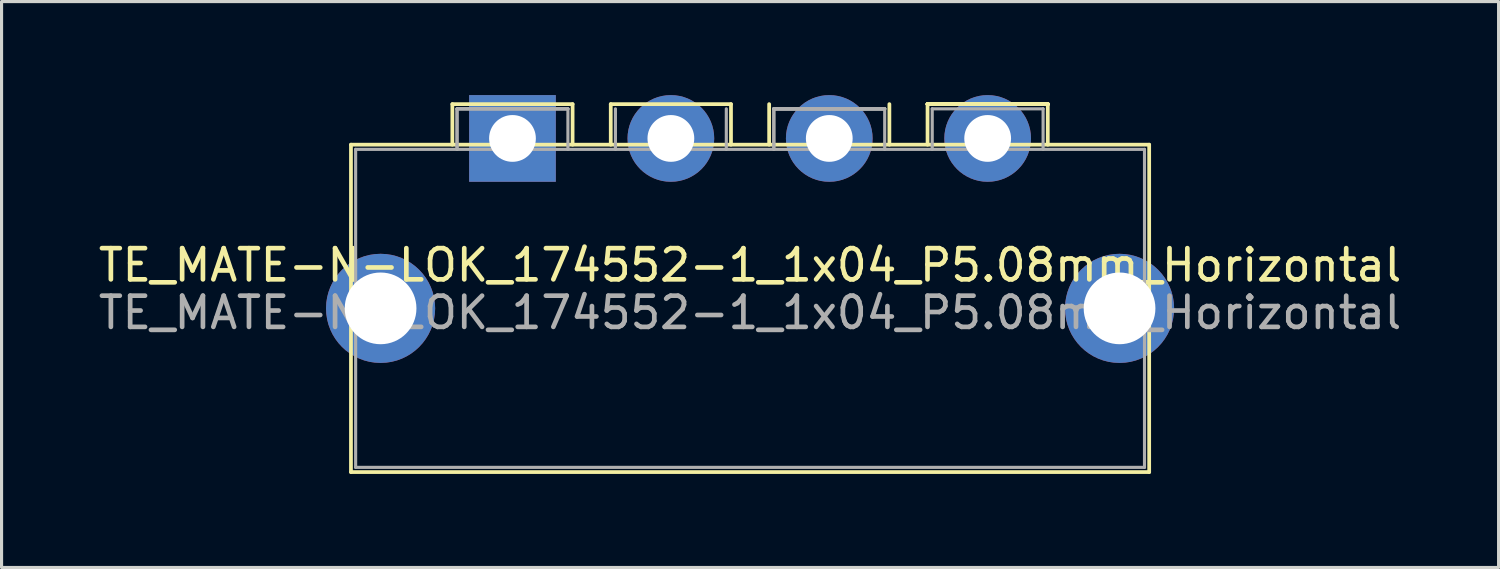
<source format=kicad_pcb>
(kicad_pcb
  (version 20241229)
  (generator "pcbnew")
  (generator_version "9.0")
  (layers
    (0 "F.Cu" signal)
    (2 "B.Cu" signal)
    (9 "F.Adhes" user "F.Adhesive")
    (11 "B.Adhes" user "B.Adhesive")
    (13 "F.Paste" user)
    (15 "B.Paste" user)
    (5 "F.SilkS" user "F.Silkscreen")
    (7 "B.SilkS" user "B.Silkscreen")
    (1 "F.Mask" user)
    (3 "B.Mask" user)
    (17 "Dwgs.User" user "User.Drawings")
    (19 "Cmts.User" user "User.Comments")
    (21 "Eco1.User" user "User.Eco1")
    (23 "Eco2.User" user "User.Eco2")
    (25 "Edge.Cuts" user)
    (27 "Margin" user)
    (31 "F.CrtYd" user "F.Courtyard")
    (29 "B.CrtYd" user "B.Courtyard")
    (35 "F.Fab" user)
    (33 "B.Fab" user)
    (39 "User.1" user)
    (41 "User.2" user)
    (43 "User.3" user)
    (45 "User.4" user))
  (footprint "TE_MATE-N-LOK_174552-1_1x04_P5.08mm_Horizontal"
    (layer "F.Cu")
    (at 13.386 1.39)
    (property "Reference" "TE_MATE-N-LOK_174552-1_1x04_P5.08mm_Horizontal" (at 7.62 4.064 0) (layer "F.SilkS") (effects (font (size 1 1) (thickness 0.15))))
    (attr through_hole)
    (fp_line (start -5.18 0.2) (end -5.18 10.7) (stroke (width 0.12) (type solid)) (layer "F.SilkS"))
    (fp_line (start -5.18 0.2) (end 20.42 0.2) (stroke (width 0.12) (type solid)) (layer "F.SilkS"))
    (fp_line (start -1.928 -1.1) (end 1.928 -1.1) (stroke (width 0.12) (type solid)) (layer "F.SilkS"))
    (fp_line (start -1.928 0.2) (end -1.928 -1.1) (stroke (width 0.12) (type solid)) (layer "F.SilkS"))
    (fp_line (start 1.928 -1.1) (end 1.928 0.2) (stroke (width 0.12) (type solid)) (layer "F.SilkS"))
    (fp_line (start 3.152 -1.1) (end 3.152 0.2) (stroke (width 0.12) (type solid)) (layer "F.SilkS"))
    (fp_line (start 3.152 -1.1) (end 7.008 -1.1) (stroke (width 0.12) (type solid)) (layer "F.SilkS"))
    (fp_line (start 7.008 -1.1) (end 7.008 0.2) (stroke (width 0.12) (type solid)) (layer "F.SilkS"))
    (fp_line (start 8.232 -1.1) (end 8.232 0.2) (stroke (width 0.12) (type solid)) (layer "F.SilkS"))
    (fp_line (start 12.088 -1.1) (end 12.088 0.2) (stroke (width 0.12) (type solid)) (layer "F.SilkS"))
    (fp_line (start 13.312 -1.1) (end 13.312 0.2) (stroke (width 0.12) (type solid)) (layer "F.SilkS"))
    (fp_line (start 13.312 -1.1) (end 17.168 -1.1) (stroke (width 0.12) (type solid)) (layer "F.SilkS"))
    (fp_line (start 13.312 -1.1) (end 17.168 -1.1) (stroke (width 0.12) (type solid)) (layer "F.SilkS"))
    (fp_line (start 13.312 -1.1) (end 17.168 -1.1) (stroke (width 0.12) (type solid)) (layer "F.SilkS"))
    (fp_line (start 13.312 -1.1) (end 17.168 -1.1) (stroke (width 0.12) (type solid)) (layer "F.SilkS"))
    (fp_line (start 13.312 -1.1) (end 17.168 -1.1) (stroke (width 0.12) (type solid)) (layer "F.SilkS"))
    (fp_line (start 13.312 -1.1) (end 17.168 -1.1) (stroke (width 0.12) (type solid)) (layer "F.SilkS"))
    (fp_line (start 13.312 -1.1) (end 17.168 -1.1) (stroke (width 0.12) (type solid)) (layer "F.SilkS"))
    (fp_line (start 17.168 -1.1) (end 17.168 0.2) (stroke (width 0.12) (type solid)) (layer "F.SilkS"))
    (fp_line (start 20.42 0.2) (end 20.42 10.7) (stroke (width 0.12) (type solid)) (layer "F.SilkS"))
    (fp_line (start 20.42 10.7) (end -5.18 10.7) (stroke (width 0.12) (type solid)) (layer "F.SilkS"))
    (fp_line (start -5.03 0.35) (end -5.03 10.55) (stroke (width 0.1) (type solid)) (layer "F.Fab"))
    (fp_line (start -5.03 0.35) (end 20.27 0.35) (stroke (width 0.1) (type solid)) (layer "F.Fab"))
    (fp_line (start -1.778 -0.95) (end 1.778 -0.95) (stroke (width 0.1) (type solid)) (layer "F.Fab"))
    (fp_line (start -1.778 -0.95) (end 1.778 -0.95) (stroke (width 0.1) (type solid)) (layer "F.Fab"))
    (fp_line (start -1.778 -0.95) (end 1.778 -0.95) (stroke (width 0.1) (type solid)) (layer "F.Fab"))
    (fp_line (start -1.778 0.35) (end -1.778 -0.95) (stroke (width 0.1) (type solid)) (layer "F.Fab"))
    (fp_line (start -1.778 0.35) (end -1.778 -0.95) (stroke (width 0.1) (type solid)) (layer "F.Fab"))
    (fp_line (start 1.778 0.35) (end 1.778 -0.95) (stroke (width 0.1) (type solid)) (layer "F.Fab"))
    (fp_line (start 3.302 0.35) (end 3.302 -0.95) (stroke (width 0.1) (type solid)) (layer "F.Fab"))
    (fp_line (start 6.858 0.35) (end 6.858 -0.95) (stroke (width 0.1) (type solid)) (layer "F.Fab"))
    (fp_line (start 8.382 -0.95) (end 11.938 -0.95) (stroke (width 0.1) (type solid)) (layer "F.Fab"))
    (fp_line (start 8.382 -0.95) (end 11.938 -0.95) (stroke (width 0.1) (type solid)) (layer "F.Fab"))
    (fp_line (start 8.382 -0.95) (end 11.938 -0.95) (stroke (width 0.1) (type solid)) (layer "F.Fab"))
    (fp_line (start 8.382 -0.95) (end 11.938 -0.95) (stroke (width 0.1) (type solid)) (layer "F.Fab"))
    (fp_line (start 8.382 -0.95) (end 11.938 -0.95) (stroke (width 0.1) (type solid)) (layer "F.Fab"))
    (fp_line (start 8.382 0.35) (end 8.382 -0.95) (stroke (width 0.1) (type solid)) (layer "F.Fab"))
    (fp_line (start 8.382 0.35) (end 8.382 -0.95) (stroke (width 0.1) (type solid)) (layer "F.Fab"))
    (fp_line (start 11.938 0.35) (end 11.938 -0.95) (stroke (width 0.1) (type solid)) (layer "F.Fab"))
    (fp_line (start 13.462 -0.95) (end 17.018 -0.95) (stroke (width 0.1) (type solid)) (layer "F.Fab"))
    (fp_line (start 13.462 0.35) (end 13.462 -0.95) (stroke (width 0.1) (type solid)) (layer "F.Fab"))
    (fp_line (start 17.018 0.35) (end 17.018 -0.95) (stroke (width 0.1) (type solid)) (layer "F.Fab"))
    (fp_line (start 20.27 0.35) (end 20.27 10.55) (stroke (width 0.1) (type solid)) (layer "F.Fab"))
    (fp_line (start 20.27 10.55) (end -5.03 10.55) (stroke (width 0.1) (type solid)) (layer "F.Fab"))
    (fp_text user "${REFERENCE}" (at 7.62 5.588 0) (layer "F.Fab") (effects (font (size 1 1) (thickness 0.15))))
    (pad "1" thru_hole rect (at 0 0) (size 2.78 2.78) (drill 1.5) (layers "*.Cu" "*.Mask"))
    (pad "2" thru_hole circle (at 5.08 0) (size 2.78 2.78) (drill 1.5) (layers "*.Cu" "*.Mask"))
    (pad "3" thru_hole circle (at 10.16 0) (size 2.78 2.78) (drill 1.5) (layers "*.Cu" "*.Mask"))
    (pad "4" thru_hole circle (at 15.24 0) (size 2.78 2.78) (drill 1.5) (layers "*.Cu" "*.Mask"))
    (pad "5" thru_hole circle (at -4.23 5.45) (size 3.5 3.5) (drill 2.3) (layers "*.Cu" "*.Mask"))
    (pad "5" thru_hole circle (at 19.47 5.45) (size 3.5 3.5) (drill 2.3) (layers "*.Cu" "*.Mask")))
  (gr_rect
    (start -3 -3)
    (end 45.012 15.15)
    (stroke (width 0.1) (type default))
    (fill no)
    (layer "Edge.Cuts")))
</source>
